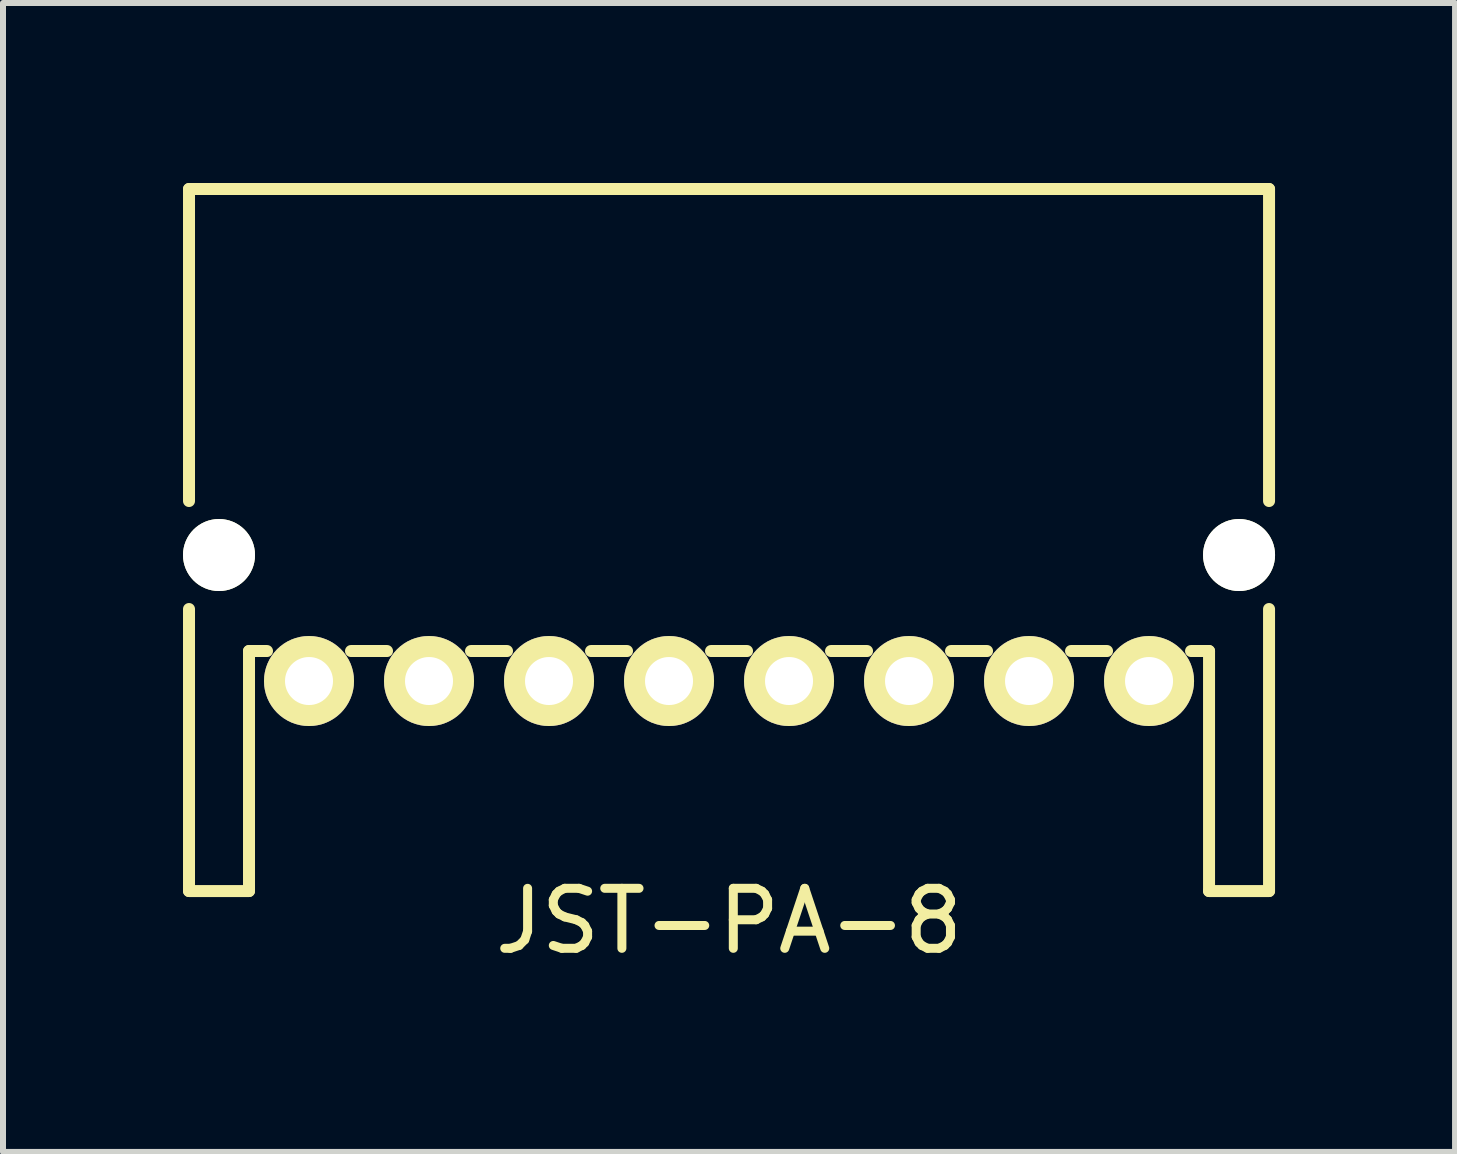
<source format=kicad_pcb>
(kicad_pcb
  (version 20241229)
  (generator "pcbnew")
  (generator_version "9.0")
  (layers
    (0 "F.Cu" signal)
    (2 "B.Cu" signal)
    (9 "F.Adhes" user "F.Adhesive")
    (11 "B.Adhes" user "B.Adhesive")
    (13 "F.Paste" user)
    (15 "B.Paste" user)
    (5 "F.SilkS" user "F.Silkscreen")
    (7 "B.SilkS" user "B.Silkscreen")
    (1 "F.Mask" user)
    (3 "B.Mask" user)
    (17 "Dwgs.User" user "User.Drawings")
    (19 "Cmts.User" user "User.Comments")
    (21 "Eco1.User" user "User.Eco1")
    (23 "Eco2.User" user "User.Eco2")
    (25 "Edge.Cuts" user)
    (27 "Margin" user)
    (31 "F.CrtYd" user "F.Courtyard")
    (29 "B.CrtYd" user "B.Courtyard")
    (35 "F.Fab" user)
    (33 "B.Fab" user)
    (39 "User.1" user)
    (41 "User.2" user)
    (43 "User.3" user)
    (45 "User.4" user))
  (footprint "JST-PA-8"
    (layer "F.Cu")
    (at 9.1 8.3)
    (property "Reference" "JST-PA-8" (at 0 4 0) (layer "F.SilkS") (effects (font (size 1 1) (thickness 0.15))))
    (attr through_hole)
    (fp_line (start -9 -8.2) (end -9 -3) (stroke (width 0.2) (type solid)) (layer "F.SilkS"))
    (fp_line (start -9 -1.2) (end -9 3.5) (stroke (width 0.2) (type solid)) (layer "F.SilkS"))
    (fp_line (start -9 3.5) (end -8 3.5) (stroke (width 0.2) (type solid)) (layer "F.SilkS"))
    (fp_line (start -8 -0.5) (end -7.7 -0.5) (stroke (width 0.2) (type solid)) (layer "F.SilkS"))
    (fp_line (start -8 3.5) (end -8 -0.5) (stroke (width 0.2) (type solid)) (layer "F.SilkS"))
    (fp_line (start -5.7 -0.5) (end -6.3 -0.5) (stroke (width 0.2) (type solid)) (layer "F.SilkS"))
    (fp_line (start -3.7 -0.5) (end -4.3 -0.5) (stroke (width 0.2) (type solid)) (layer "F.SilkS"))
    (fp_line (start -1.7 -0.5) (end -2.3 -0.5) (stroke (width 0.2) (type solid)) (layer "F.SilkS"))
    (fp_line (start 0.3 -0.5) (end -0.3 -0.5) (stroke (width 0.2) (type solid)) (layer "F.SilkS"))
    (fp_line (start 2.3 -0.5) (end 1.7 -0.5) (stroke (width 0.2) (type solid)) (layer "F.SilkS"))
    (fp_line (start 4.3 -0.5) (end 3.7 -0.5) (stroke (width 0.2) (type solid)) (layer "F.SilkS"))
    (fp_line (start 6.3 -0.5) (end 5.7 -0.5) (stroke (width 0.2) (type solid)) (layer "F.SilkS"))
    (fp_line (start 8 -0.5) (end 7.7 -0.5) (stroke (width 0.2) (type solid)) (layer "F.SilkS"))
    (fp_line (start 8 3.5) (end 8 -0.5) (stroke (width 0.2) (type solid)) (layer "F.SilkS"))
    (fp_line (start 9 -8.2) (end -9 -8.2) (stroke (width 0.2) (type solid)) (layer "F.SilkS"))
    (fp_line (start 9 -3) (end 9 -8.2) (stroke (width 0.2) (type solid)) (layer "F.SilkS"))
    (fp_line (start 9 3.5) (end 8 3.5) (stroke (width 0.2) (type solid)) (layer "F.SilkS"))
    (fp_line (start 9 3.5) (end 9 -1.2) (stroke (width 0.2) (type solid)) (layer "F.SilkS"))
    (pad "" np_thru_hole circle (at -8.5 -2.1) (size 1.2 1.2) (drill 1.2) (layers "*.Cu" "*.Mask" "F.SilkS"))
    (pad "" np_thru_hole circle (at 8.5 -2.1) (size 1.2 1.2) (drill 1.2) (layers "*.Cu" "*.Mask" "F.SilkS"))
    (pad "1" thru_hole circle (at -7 0) (size 1.5 1.5) (drill 0.8) (layers "*.Cu" "*.Mask" "F.SilkS"))
    (pad "2" thru_hole circle (at -5 0) (size 1.5 1.5) (drill 0.8) (layers "*.Cu" "*.Mask" "F.SilkS"))
    (pad "3" thru_hole circle (at -3 0) (size 1.5 1.5) (drill 0.8) (layers "*.Cu" "*.Mask" "F.SilkS"))
    (pad "4" thru_hole circle (at -1 0) (size 1.5 1.5) (drill 0.8) (layers "*.Cu" "*.Mask" "F.SilkS"))
    (pad "5" thru_hole circle (at 1 0) (size 1.5 1.5) (drill 0.8) (layers "*.Cu" "*.Mask" "F.SilkS"))
    (pad "6" thru_hole circle (at 3 0) (size 1.5 1.5) (drill 0.8) (layers "*.Cu" "*.Mask" "F.SilkS"))
    (pad "7" thru_hole circle (at 5 0) (size 1.5 1.5) (drill 0.8) (layers "*.Cu" "*.Mask" "F.SilkS"))
    (pad "8" thru_hole circle (at 7 0) (size 1.5 1.5) (drill 0.8) (layers "*.Cu" "*.Mask" "F.SilkS")))
  (gr_rect
    (start -3 -3)
    (end 21.2 16.148)
    (stroke (width 0.1) (type default))
    (fill no)
    (layer "Edge.Cuts")))
</source>
